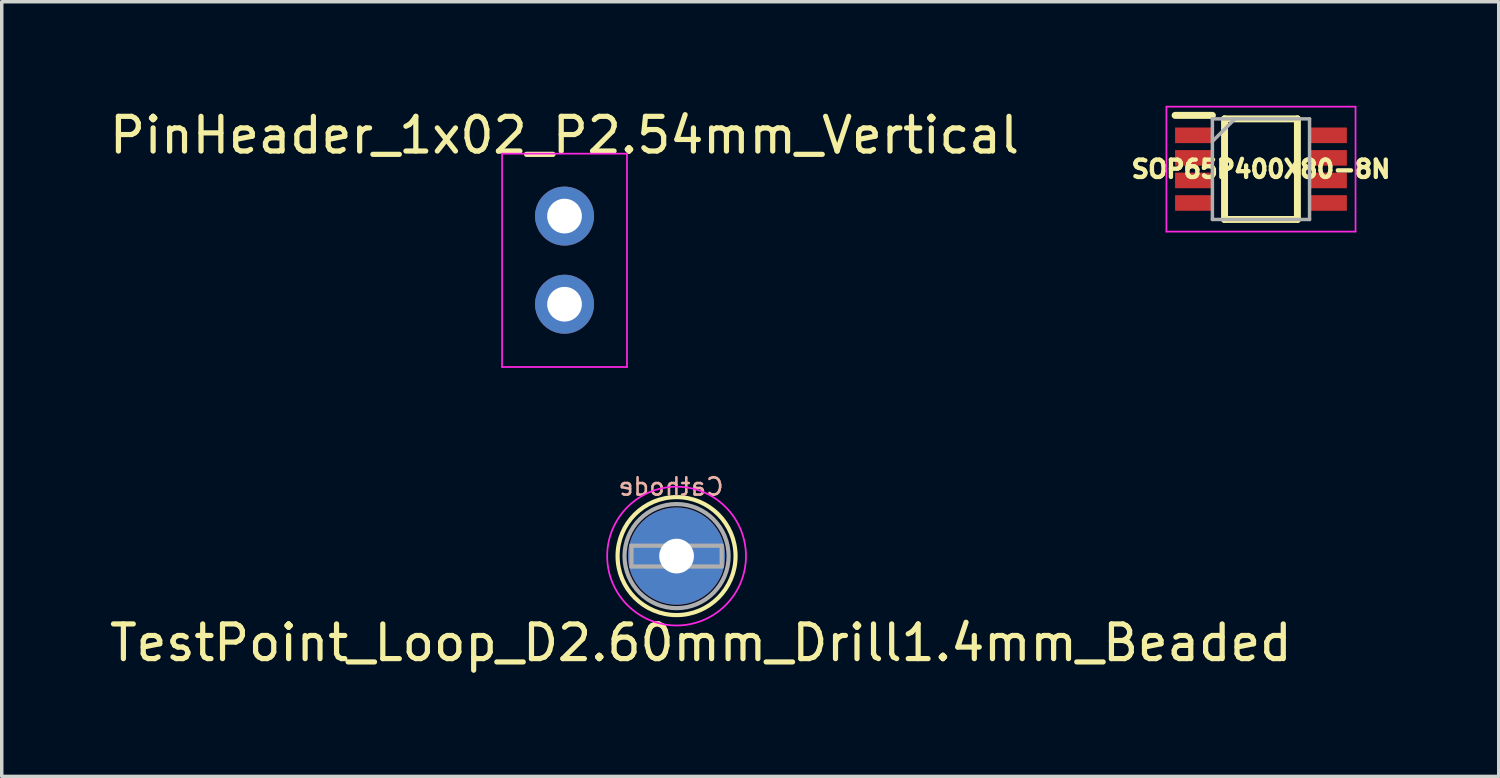
<source format=kicad_pcb>
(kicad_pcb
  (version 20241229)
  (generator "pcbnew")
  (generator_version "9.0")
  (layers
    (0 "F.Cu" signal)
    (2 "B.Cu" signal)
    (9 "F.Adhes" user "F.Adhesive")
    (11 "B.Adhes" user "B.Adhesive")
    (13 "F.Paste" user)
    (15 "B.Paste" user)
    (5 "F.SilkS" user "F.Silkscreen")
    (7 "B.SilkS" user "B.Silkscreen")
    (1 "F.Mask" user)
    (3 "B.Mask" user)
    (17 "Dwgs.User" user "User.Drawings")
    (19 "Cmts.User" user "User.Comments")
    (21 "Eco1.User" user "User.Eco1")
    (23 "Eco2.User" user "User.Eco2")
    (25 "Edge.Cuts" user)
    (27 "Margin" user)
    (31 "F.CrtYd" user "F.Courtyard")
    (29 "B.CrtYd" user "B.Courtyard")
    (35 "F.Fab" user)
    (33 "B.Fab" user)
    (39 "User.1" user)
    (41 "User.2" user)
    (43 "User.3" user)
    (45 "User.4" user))
  (footprint "SOP65P400X80-8N"
    (layer "F.Cu")
    (at 33.292 1.825)
    (property "Reference" "SOP65P400X80-8N" (at 0 0 180) (layer "F.SilkS") (effects (font (size 0.5 0.5) (thickness 0.254))))
    (attr smd)
    (fp_line (start -2.475 -1.55) (end -1.4 -1.55) (stroke (width 0.2) (type solid)) (layer "F.SilkS"))
    (fp_line (start -1.05 -1.45) (end 1.05 -1.45) (stroke (width 0.2) (type solid)) (layer "F.SilkS"))
    (fp_line (start -1.05 1.45) (end -1.05 -1.45) (stroke (width 0.2) (type solid)) (layer "F.SilkS"))
    (fp_line (start 1.05 -1.45) (end 1.05 1.45) (stroke (width 0.2) (type solid)) (layer "F.SilkS"))
    (fp_line (start 1.05 1.45) (end -1.05 1.45) (stroke (width 0.2) (type solid)) (layer "F.SilkS"))
    (fp_line (start -2.725 -1.8) (end 2.725 -1.8) (stroke (width 0.05) (type solid)) (layer "F.CrtYd"))
    (fp_line (start -2.725 1.8) (end -2.725 -1.8) (stroke (width 0.05) (type solid)) (layer "F.CrtYd"))
    (fp_line (start 2.725 -1.8) (end 2.725 1.8) (stroke (width 0.05) (type solid)) (layer "F.CrtYd"))
    (fp_line (start 2.725 1.8) (end -2.725 1.8) (stroke (width 0.05) (type solid)) (layer "F.CrtYd"))
    (fp_line (start -1.4 -1.45) (end 1.4 -1.45) (stroke (width 0.1) (type solid)) (layer "F.Fab"))
    (fp_line (start -1.4 -0.8) (end -0.75 -1.45) (stroke (width 0.1) (type solid)) (layer "F.Fab"))
    (fp_line (start -1.4 1.45) (end -1.4 -1.45) (stroke (width 0.1) (type solid)) (layer "F.Fab"))
    (fp_line (start 1.4 -1.45) (end 1.4 1.45) (stroke (width 0.1) (type solid)) (layer "F.Fab"))
    (fp_line (start 1.4 1.45) (end -1.4 1.45) (stroke (width 0.1) (type solid)) (layer "F.Fab"))
    (pad "1" smd rect (at -1.938 -0.975 90) (size 0.45 1.075) (layers "F.Cu" "F.Mask" "F.Paste"))
    (pad "2" smd rect (at -1.938 -0.325 90) (size 0.45 1.075) (layers "F.Cu" "F.Mask" "F.Paste"))
    (pad "3" smd rect (at -1.938 0.325 90) (size 0.45 1.075) (layers "F.Cu" "F.Mask" "F.Paste"))
    (pad "4" smd rect (at -1.938 0.975 90) (size 0.45 1.075) (layers "F.Cu" "F.Mask" "F.Paste"))
    (pad "5" smd rect (at 1.938 0.975 90) (size 0.45 1.075) (layers "F.Cu" "F.Mask" "F.Paste"))
    (pad "6" smd rect (at 1.938 0.325 90) (size 0.45 1.075) (layers "F.Cu" "F.Mask" "F.Paste"))
    (pad "7" smd rect (at 1.938 -0.325 90) (size 0.45 1.075) (layers "F.Cu" "F.Mask" "F.Paste"))
    (pad "8" smd rect (at 1.938 -0.975 90) (size 0.45 1.075) (layers "F.Cu" "F.Mask" "F.Paste")))
  (footprint "PinHeader_1x02_P2.54mm_Vertical"
    (layer "F.Cu")
    (at 13.22 3.178)
    (property "Reference" "PinHeader_1x02_P2.54mm_Vertical" (at 0 -2.33 0) (layer "F.SilkS") (effects (font (size 1 1) (thickness 0.15))))
    (attr through_hole)
    (fp_line (start -1.8 -1.8) (end -1.8 4.35) (stroke (width 0.05) (type solid)) (layer "F.CrtYd"))
    (fp_line (start -1.8 4.35) (end 1.8 4.35) (stroke (width 0.05) (type solid)) (layer "F.CrtYd"))
    (fp_line (start 1.8 -1.8) (end -1.8 -1.8) (stroke (width 0.05) (type solid)) (layer "F.CrtYd"))
    (fp_line (start 1.8 4.35) (end 1.8 -1.8) (stroke (width 0.05) (type solid)) (layer "F.CrtYd"))
    (pad "1" thru_hole circle (at 0 0) (size 1.7 1.7) (drill 1) (layers "*.Cu" "*.Mask"))
    (pad "2" thru_hole oval (at 0 2.54) (size 1.7 1.7) (drill 1) (layers "*.Cu" "*.Mask")))
  (footprint "TestPoint_Loop_D2.60mm_Drill1.4mm_Beaded"
    (layer "F.Cu")
    (at 16.449 12.977)
    (property "Reference" "TestPoint_Loop_D2.60mm_Drill1.4mm_Beaded" (at 0.7 2.5 0) (layer "F.SilkS") (effects (font (size 1 1) (thickness 0.15))))
    (property "Value" "Cathode" (at -0.06 -2.3 0) (layer "F.SilkS") (hide yes) (effects (font (size 0.5 0.5) (thickness 0.075))))
    (attr through_hole)
    (fp_circle (center 0 0) (end 1.7 0) (stroke (width 0.12) (type solid)) (fill no) (layer "F.SilkS"))
    (fp_circle (center 0 0) (end 2 0) (stroke (width 0.05) (type solid)) (fill no) (layer "F.CrtYd"))
    (fp_line (start -1.3 -0.3) (end -1.3 0.3) (stroke (width 0.12) (type solid)) (layer "F.Fab"))
    (fp_line (start -1.3 0.3) (end 1.3 0.3) (stroke (width 0.12) (type solid)) (layer "F.Fab"))
    (fp_line (start 1.3 -0.3) (end -1.3 -0.3) (stroke (width 0.12) (type solid)) (layer "F.Fab"))
    (fp_line (start 1.3 0.3) (end 1.3 -0.3) (stroke (width 0.12) (type solid)) (layer "F.Fab"))
    (fp_circle (center 0 0) (end 1.5 0) (stroke (width 0.12) (type solid)) (fill no) (layer "F.Fab"))
    (fp_text user "${VALUE}" (at -0.16 -2 0) (layer "B.SilkS") (effects (font (size 0.5 0.5) (thickness 0.075)) (justify mirror)))
    (pad "1" thru_hole circle (at 0 0) (size 2.8 2.8) (drill 1) (layers "*.Cu" "*.Mask")))
  (gr_rect
    (start -3 -3)
    (end 40.144 19.326)
    (stroke (width 0.1) (type default))
    (fill no)
    (layer "Edge.Cuts")))
</source>
